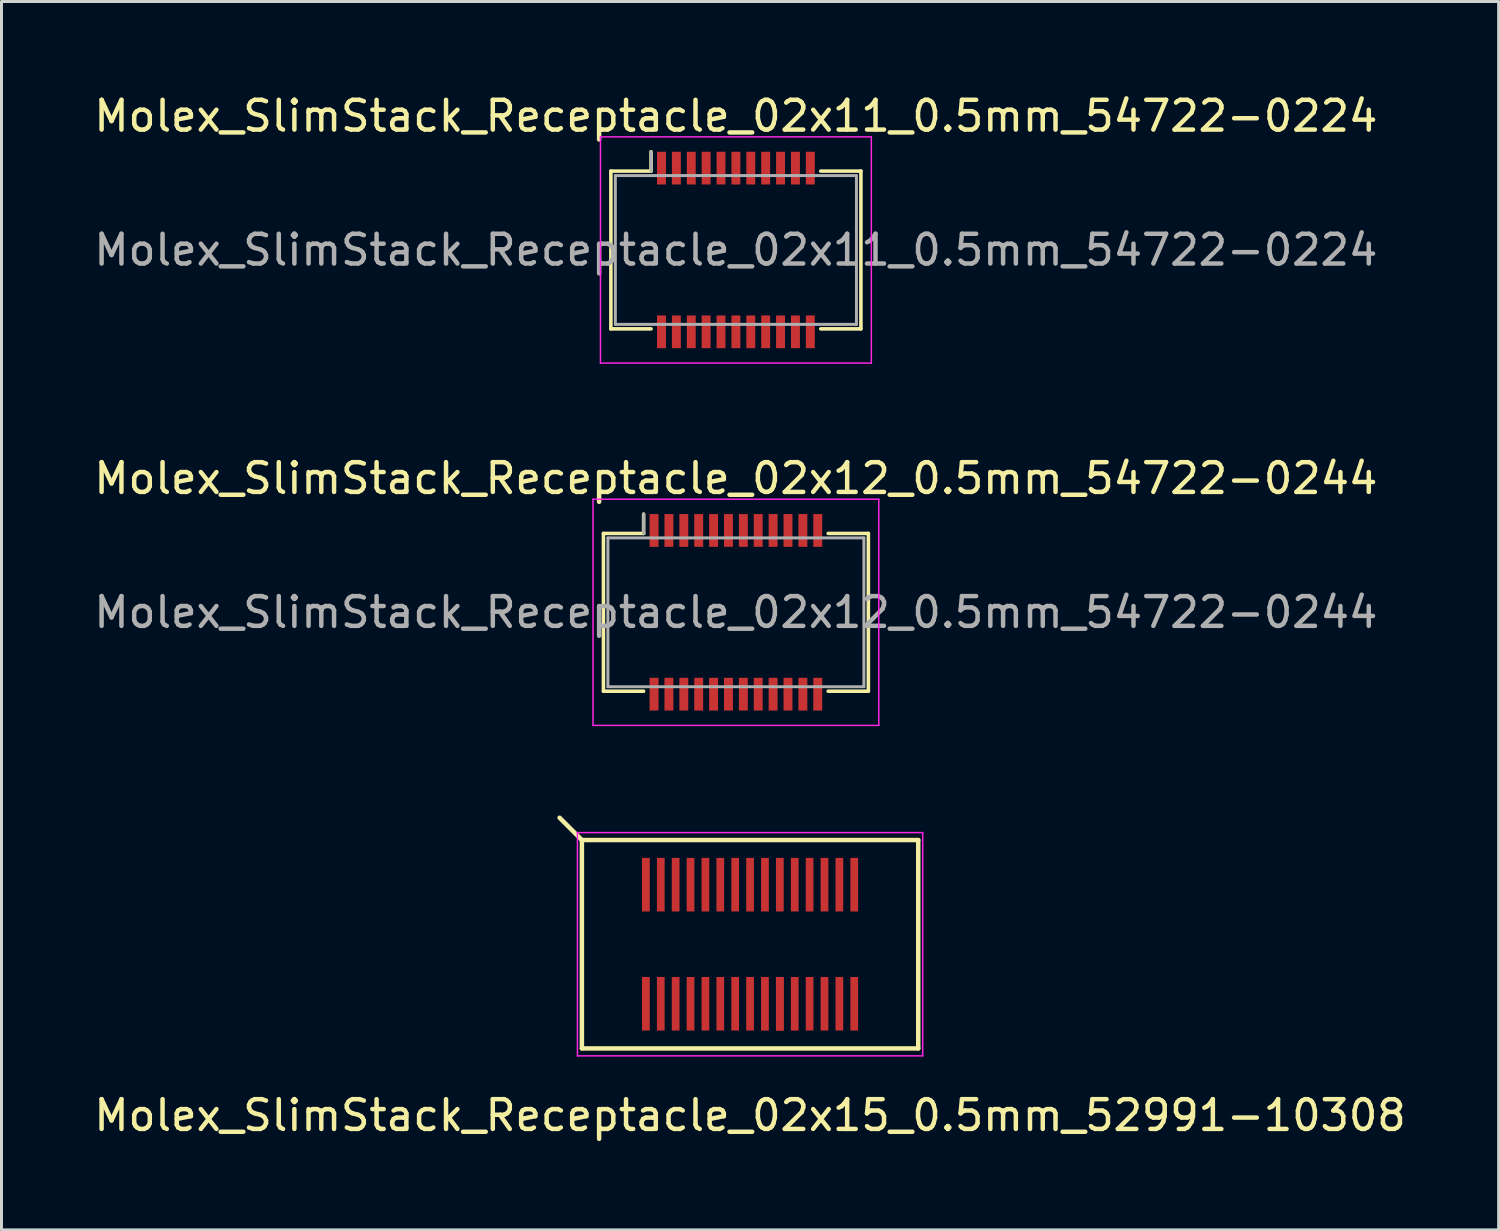
<source format=kicad_pcb>
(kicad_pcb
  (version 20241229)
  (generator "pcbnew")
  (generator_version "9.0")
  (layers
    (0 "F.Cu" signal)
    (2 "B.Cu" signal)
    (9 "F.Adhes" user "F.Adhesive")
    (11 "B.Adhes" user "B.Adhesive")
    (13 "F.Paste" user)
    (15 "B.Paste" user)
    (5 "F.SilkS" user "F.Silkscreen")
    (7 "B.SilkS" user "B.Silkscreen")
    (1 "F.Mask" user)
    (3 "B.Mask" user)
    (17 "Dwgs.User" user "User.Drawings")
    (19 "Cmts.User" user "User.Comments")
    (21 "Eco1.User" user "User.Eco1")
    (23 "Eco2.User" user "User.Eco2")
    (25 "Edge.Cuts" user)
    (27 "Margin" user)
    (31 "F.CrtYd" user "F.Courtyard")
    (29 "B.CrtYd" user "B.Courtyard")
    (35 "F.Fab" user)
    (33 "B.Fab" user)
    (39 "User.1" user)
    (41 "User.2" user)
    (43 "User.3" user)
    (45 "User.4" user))
  (footprint "Molex_SlimStack_Receptacle_02x12_0.5mm_54722-0244"
    (layer "F.Cu")
    (at 21.673 17.521)
    (property "Reference" "Molex_SlimStack_Receptacle_02x12_0.5mm_54722-0244" (at 0 -4.5 0) (layer "F.SilkS") (effects (font (size 1 1) (thickness 0.15))))
    (attr smd)
    (fp_line (start -4.45 -2.65) (end -3.1 -2.65) (stroke (width 0.12) (type solid)) (layer "F.SilkS"))
    (fp_line (start -4.45 2.65) (end -4.45 -2.65) (stroke (width 0.12) (type solid)) (layer "F.SilkS"))
    (fp_line (start -3.1 -2.65) (end -3.1 -3.3) (stroke (width 0.12) (type solid)) (layer "F.SilkS"))
    (fp_line (start -3.1 2.65) (end -4.45 2.65) (stroke (width 0.12) (type solid)) (layer "F.SilkS"))
    (fp_line (start 3.1 2.65) (end 4.45 2.65) (stroke (width 0.12) (type solid)) (layer "F.SilkS"))
    (fp_line (start 4.45 -2.65) (end 3.1 -2.65) (stroke (width 0.12) (type solid)) (layer "F.SilkS"))
    (fp_line (start 4.45 2.65) (end 4.45 -2.65) (stroke (width 0.12) (type solid)) (layer "F.SilkS"))
    (fp_line (start -4.8 -3.8) (end -4.8 3.8) (stroke (width 0.05) (type solid)) (layer "F.CrtYd"))
    (fp_line (start -4.8 3.8) (end 4.8 3.8) (stroke (width 0.05) (type solid)) (layer "F.CrtYd"))
    (fp_line (start 4.8 -3.8) (end -4.8 -3.8) (stroke (width 0.05) (type solid)) (layer "F.CrtYd"))
    (fp_line (start 4.8 3.8) (end 4.8 -3.8) (stroke (width 0.05) (type solid)) (layer "F.CrtYd"))
    (fp_line (start -4.3 -2.5) (end -4.3 2.5) (stroke (width 0.1) (type solid)) (layer "F.Fab"))
    (fp_line (start -4.3 2.5) (end 4.3 2.5) (stroke (width 0.1) (type solid)) (layer "F.Fab"))
    (fp_line (start -3.1 -2.65) (end -3.1 -3.3) (stroke (width 0.1) (type solid)) (layer "F.Fab"))
    (fp_line (start 4.3 -2.5) (end -4.3 -2.5) (stroke (width 0.1) (type solid)) (layer "F.Fab"))
    (fp_line (start 4.3 2.5) (end 4.3 -2.5) (stroke (width 0.1) (type solid)) (layer "F.Fab"))
    (fp_text user "${REFERENCE}" (at 0 0 0) (layer "F.Fab") (effects (font (size 1 1) (thickness 0.15))))
    (pad "1" smd rect (at -2.75 -2.75) (size 0.3 1.1) (layers "F.Cu" "F.Mask" "F.Paste"))
    (pad "2" smd rect (at -2.75 2.75) (size 0.3 1.1) (layers "F.Cu" "F.Mask" "F.Paste"))
    (pad "3" smd rect (at -2.25 -2.75) (size 0.3 1.1) (layers "F.Cu" "F.Mask" "F.Paste"))
    (pad "4" smd rect (at -2.25 2.75) (size 0.3 1.1) (layers "F.Cu" "F.Mask" "F.Paste"))
    (pad "5" smd rect (at -1.75 -2.75) (size 0.3 1.1) (layers "F.Cu" "F.Mask" "F.Paste"))
    (pad "6" smd rect (at -1.75 2.75) (size 0.3 1.1) (layers "F.Cu" "F.Mask" "F.Paste"))
    (pad "7" smd rect (at -1.25 -2.75) (size 0.3 1.1) (layers "F.Cu" "F.Mask" "F.Paste"))
    (pad "8" smd rect (at -1.25 2.75) (size 0.3 1.1) (layers "F.Cu" "F.Mask" "F.Paste"))
    (pad "9" smd rect (at -0.75 -2.75) (size 0.3 1.1) (layers "F.Cu" "F.Mask" "F.Paste"))
    (pad "10" smd rect (at -0.75 2.75) (size 0.3 1.1) (layers "F.Cu" "F.Mask" "F.Paste"))
    (pad "11" smd rect (at -0.25 -2.75) (size 0.3 1.1) (layers "F.Cu" "F.Mask" "F.Paste"))
    (pad "12" smd rect (at -0.25 2.75) (size 0.3 1.1) (layers "F.Cu" "F.Mask" "F.Paste"))
    (pad "13" smd rect (at 0.25 -2.75) (size 0.3 1.1) (layers "F.Cu" "F.Mask" "F.Paste"))
    (pad "14" smd rect (at 0.25 2.75) (size 0.3 1.1) (layers "F.Cu" "F.Mask" "F.Paste"))
    (pad "15" smd rect (at 0.75 -2.75) (size 0.3 1.1) (layers "F.Cu" "F.Mask" "F.Paste"))
    (pad "16" smd rect (at 0.75 2.75) (size 0.3 1.1) (layers "F.Cu" "F.Mask" "F.Paste"))
    (pad "17" smd rect (at 1.25 -2.75) (size 0.3 1.1) (layers "F.Cu" "F.Mask" "F.Paste"))
    (pad "18" smd rect (at 1.25 2.75) (size 0.3 1.1) (layers "F.Cu" "F.Mask" "F.Paste"))
    (pad "19" smd rect (at 1.75 -2.75) (size 0.3 1.1) (layers "F.Cu" "F.Mask" "F.Paste"))
    (pad "20" smd rect (at 1.75 2.75) (size 0.3 1.1) (layers "F.Cu" "F.Mask" "F.Paste"))
    (pad "21" smd rect (at 2.25 -2.75) (size 0.3 1.1) (layers "F.Cu" "F.Mask" "F.Paste"))
    (pad "22" smd rect (at 2.25 2.75) (size 0.3 1.1) (layers "F.Cu" "F.Mask" "F.Paste"))
    (pad "23" smd rect (at 2.75 -2.75) (size 0.3 1.1) (layers "F.Cu" "F.Mask" "F.Paste"))
    (pad "24" smd rect (at 2.75 2.75) (size 0.3 1.1) (layers "F.Cu" "F.Mask" "F.Paste")))
  (footprint "Molex_SlimStack_Receptacle_02x15_0.5mm_52991-10308"
    (layer "F.Cu")
    (at 22.149 28.672)
    (property "Reference" "Molex_SlimStack_Receptacle_02x15_0.5mm_52991-10308" (at 0 5.75 0) (layer "F.SilkS") (effects (font (size 1 1) (thickness 0.15))))
    (attr smd)
    (fp_line (start -5.65 -3.5) (end -6.4 -4.25) (stroke (width 0.15) (type solid)) (layer "F.SilkS"))
    (fp_line (start -5.65 -3.5) (end -5.65 3.5) (stroke (width 0.15) (type solid)) (layer "F.SilkS"))
    (fp_line (start -5.65 3.5) (end 5.65 3.5) (stroke (width 0.15) (type solid)) (layer "F.SilkS"))
    (fp_line (start 5.65 -3.5) (end -5.65 -3.5) (stroke (width 0.15) (type solid)) (layer "F.SilkS"))
    (fp_line (start 5.65 3.5) (end 5.65 -3.5) (stroke (width 0.15) (type solid)) (layer "F.SilkS"))
    (fp_line (start -5.8 -3.75) (end -5.8 3.75) (stroke (width 0.05) (type solid)) (layer "F.CrtYd"))
    (fp_line (start -5.8 3.75) (end 5.8 3.75) (stroke (width 0.05) (type solid)) (layer "F.CrtYd"))
    (fp_line (start 5.8 -3.75) (end -5.8 -3.75) (stroke (width 0.05) (type solid)) (layer "F.CrtYd"))
    (fp_line (start 5.8 3.75) (end 5.8 -3.75) (stroke (width 0.05) (type solid)) (layer "F.CrtYd"))
    (pad "1" smd rect (at -3.5 -2) (size 0.26 1.8) (layers "F.Cu" "F.Mask" "F.Paste"))
    (pad "2" smd rect (at -3.5 2) (size 0.26 1.8) (layers "F.Cu" "F.Mask" "F.Paste"))
    (pad "3" smd rect (at -3 -2) (size 0.26 1.8) (layers "F.Cu" "F.Mask" "F.Paste"))
    (pad "4" smd rect (at -3 2) (size 0.26 1.8) (layers "F.Cu" "F.Mask" "F.Paste"))
    (pad "5" smd rect (at -2.5 -2) (size 0.26 1.8) (layers "F.Cu" "F.Mask" "F.Paste"))
    (pad "6" smd rect (at -2.5 2) (size 0.26 1.8) (layers "F.Cu" "F.Mask" "F.Paste"))
    (pad "7" smd rect (at -2 -2) (size 0.26 1.8) (layers "F.Cu" "F.Mask" "F.Paste"))
    (pad "8" smd rect (at -2 2) (size 0.26 1.8) (layers "F.Cu" "F.Mask" "F.Paste"))
    (pad "9" smd rect (at -1.5 -2) (size 0.26 1.8) (layers "F.Cu" "F.Mask" "F.Paste"))
    (pad "10" smd rect (at -1.5 2) (size 0.26 1.8) (layers "F.Cu" "F.Mask" "F.Paste"))
    (pad "11" smd rect (at -1 -2) (size 0.26 1.8) (layers "F.Cu" "F.Mask" "F.Paste"))
    (pad "12" smd rect (at -1 2) (size 0.26 1.8) (layers "F.Cu" "F.Mask" "F.Paste"))
    (pad "13" smd rect (at -0.5 -2) (size 0.26 1.8) (layers "F.Cu" "F.Mask" "F.Paste"))
    (pad "14" smd rect (at -0.5 2) (size 0.26 1.8) (layers "F.Cu" "F.Mask" "F.Paste"))
    (pad "15" smd rect (at 0 -2) (size 0.26 1.8) (layers "F.Cu" "F.Mask" "F.Paste"))
    (pad "16" smd rect (at 0 2) (size 0.26 1.8) (layers "F.Cu" "F.Mask" "F.Paste"))
    (pad "17" smd rect (at 0.5 -2) (size 0.26 1.8) (layers "F.Cu" "F.Mask" "F.Paste"))
    (pad "18" smd rect (at 0.5 2) (size 0.26 1.8) (layers "F.Cu" "F.Mask" "F.Paste"))
    (pad "19" smd rect (at 1 -2) (size 0.26 1.8) (layers "F.Cu" "F.Mask" "F.Paste"))
    (pad "20" smd rect (at 1 2) (size 0.26 1.8) (layers "F.Cu" "F.Mask" "F.Paste"))
    (pad "20" smd rect (at 1 2) (size 0.26 1.8) (layers "F.Cu" "F.Mask" "F.Paste"))
    (pad "21" smd rect (at 1.5 -2) (size 0.26 1.8) (layers "F.Cu" "F.Mask" "F.Paste"))
    (pad "22" smd rect (at 1.5 2) (size 0.26 1.8) (layers "F.Cu" "F.Mask" "F.Paste"))
    (pad "23" smd rect (at 2 -2) (size 0.26 1.8) (layers "F.Cu" "F.Mask" "F.Paste"))
    (pad "24" smd rect (at 2 2) (size 0.26 1.8) (layers "F.Cu" "F.Mask" "F.Paste"))
    (pad "25" smd rect (at 2.5 -2) (size 0.26 1.8) (layers "F.Cu" "F.Mask" "F.Paste"))
    (pad "26" smd rect (at 2.5 2) (size 0.26 1.8) (layers "F.Cu" "F.Mask" "F.Paste"))
    (pad "27" smd rect (at 3 -2) (size 0.26 1.8) (layers "F.Cu" "F.Mask" "F.Paste"))
    (pad "28" smd rect (at 3 2) (size 0.26 1.8) (layers "F.Cu" "F.Mask" "F.Paste"))
    (pad "29" smd rect (at 3.5 -2) (size 0.26 1.8) (layers "F.Cu" "F.Mask" "F.Paste"))
    (pad "30" smd rect (at 3.5 2) (size 0.26 1.8) (layers "F.Cu" "F.Mask" "F.Paste")))
  (footprint "Molex_SlimStack_Receptacle_02x11_0.5mm_54722-0224"
    (layer "F.Cu")
    (at 21.673 5.348)
    (property "Reference" "Molex_SlimStack_Receptacle_02x11_0.5mm_54722-0224" (at 0 -4.5 0) (layer "F.SilkS") (effects (font (size 1 1) (thickness 0.15))))
    (attr smd)
    (fp_line (start -4.2 -2.65) (end -2.85 -2.65) (stroke (width 0.12) (type solid)) (layer "F.SilkS"))
    (fp_line (start -4.2 2.65) (end -4.2 -2.65) (stroke (width 0.12) (type solid)) (layer "F.SilkS"))
    (fp_line (start -2.85 -2.65) (end -2.85 -3.3) (stroke (width 0.12) (type solid)) (layer "F.SilkS"))
    (fp_line (start -2.85 2.65) (end -4.2 2.65) (stroke (width 0.12) (type solid)) (layer "F.SilkS"))
    (fp_line (start 2.85 2.65) (end 4.2 2.65) (stroke (width 0.12) (type solid)) (layer "F.SilkS"))
    (fp_line (start 4.2 -2.65) (end 2.85 -2.65) (stroke (width 0.12) (type solid)) (layer "F.SilkS"))
    (fp_line (start 4.2 2.65) (end 4.2 -2.65) (stroke (width 0.12) (type solid)) (layer "F.SilkS"))
    (fp_line (start -4.55 -3.8) (end -4.55 3.8) (stroke (width 0.05) (type solid)) (layer "F.CrtYd"))
    (fp_line (start -4.55 3.8) (end 4.55 3.8) (stroke (width 0.05) (type solid)) (layer "F.CrtYd"))
    (fp_line (start 4.55 -3.8) (end -4.55 -3.8) (stroke (width 0.05) (type solid)) (layer "F.CrtYd"))
    (fp_line (start 4.55 3.8) (end 4.55 -3.8) (stroke (width 0.05) (type solid)) (layer "F.CrtYd"))
    (fp_line (start -4.05 -2.5) (end -4.05 2.5) (stroke (width 0.1) (type solid)) (layer "F.Fab"))
    (fp_line (start -4.05 2.5) (end 4.05 2.5) (stroke (width 0.1) (type solid)) (layer "F.Fab"))
    (fp_line (start -2.85 -2.65) (end -2.85 -3.3) (stroke (width 0.1) (type solid)) (layer "F.Fab"))
    (fp_line (start 4.05 -2.5) (end -4.05 -2.5) (stroke (width 0.1) (type solid)) (layer "F.Fab"))
    (fp_line (start 4.05 2.5) (end 4.05 -2.5) (stroke (width 0.1) (type solid)) (layer "F.Fab"))
    (fp_text user "${REFERENCE}" (at 0 0 0) (layer "F.Fab") (effects (font (size 1 1) (thickness 0.15))))
    (pad "1" smd rect (at -2.5 -2.75) (size 0.3 1.1) (layers "F.Cu" "F.Mask" "F.Paste"))
    (pad "2" smd rect (at -2.5 2.75) (size 0.3 1.1) (layers "F.Cu" "F.Mask" "F.Paste"))
    (pad "3" smd rect (at -2 -2.75) (size 0.3 1.1) (layers "F.Cu" "F.Mask" "F.Paste"))
    (pad "4" smd rect (at -2 2.75) (size 0.3 1.1) (layers "F.Cu" "F.Mask" "F.Paste"))
    (pad "5" smd rect (at -1.5 -2.75) (size 0.3 1.1) (layers "F.Cu" "F.Mask" "F.Paste"))
    (pad "6" smd rect (at -1.5 2.75) (size 0.3 1.1) (layers "F.Cu" "F.Mask" "F.Paste"))
    (pad "7" smd rect (at -1 -2.75) (size 0.3 1.1) (layers "F.Cu" "F.Mask" "F.Paste"))
    (pad "8" smd rect (at -1 2.75) (size 0.3 1.1) (layers "F.Cu" "F.Mask" "F.Paste"))
    (pad "9" smd rect (at -0.5 -2.75) (size 0.3 1.1) (layers "F.Cu" "F.Mask" "F.Paste"))
    (pad "10" smd rect (at -0.5 2.75) (size 0.3 1.1) (layers "F.Cu" "F.Mask" "F.Paste"))
    (pad "11" smd rect (at 0 -2.75) (size 0.3 1.1) (layers "F.Cu" "F.Mask" "F.Paste"))
    (pad "12" smd rect (at 0 2.75) (size 0.3 1.1) (layers "F.Cu" "F.Mask" "F.Paste"))
    (pad "13" smd rect (at 0.5 -2.75) (size 0.3 1.1) (layers "F.Cu" "F.Mask" "F.Paste"))
    (pad "14" smd rect (at 0.5 2.75) (size 0.3 1.1) (layers "F.Cu" "F.Mask" "F.Paste"))
    (pad "15" smd rect (at 1 -2.75) (size 0.3 1.1) (layers "F.Cu" "F.Mask" "F.Paste"))
    (pad "16" smd rect (at 1 2.75) (size 0.3 1.1) (layers "F.Cu" "F.Mask" "F.Paste"))
    (pad "17" smd rect (at 1.5 -2.75) (size 0.3 1.1) (layers "F.Cu" "F.Mask" "F.Paste"))
    (pad "18" smd rect (at 1.5 2.75) (size 0.3 1.1) (layers "F.Cu" "F.Mask" "F.Paste"))
    (pad "19" smd rect (at 2 -2.75) (size 0.3 1.1) (layers "F.Cu" "F.Mask" "F.Paste"))
    (pad "20" smd rect (at 2 2.75) (size 0.3 1.1) (layers "F.Cu" "F.Mask" "F.Paste"))
    (pad "21" smd rect (at 2.5 -2.75) (size 0.3 1.1) (layers "F.Cu" "F.Mask" "F.Paste"))
    (pad "22" smd rect (at 2.5 2.75) (size 0.3 1.1) (layers "F.Cu" "F.Mask" "F.Paste")))
  (gr_rect
    (start -3 -3)
    (end 47.298 38.27)
    (stroke (width 0.1) (type default))
    (fill no)
    (layer "Edge.Cuts")))
</source>
